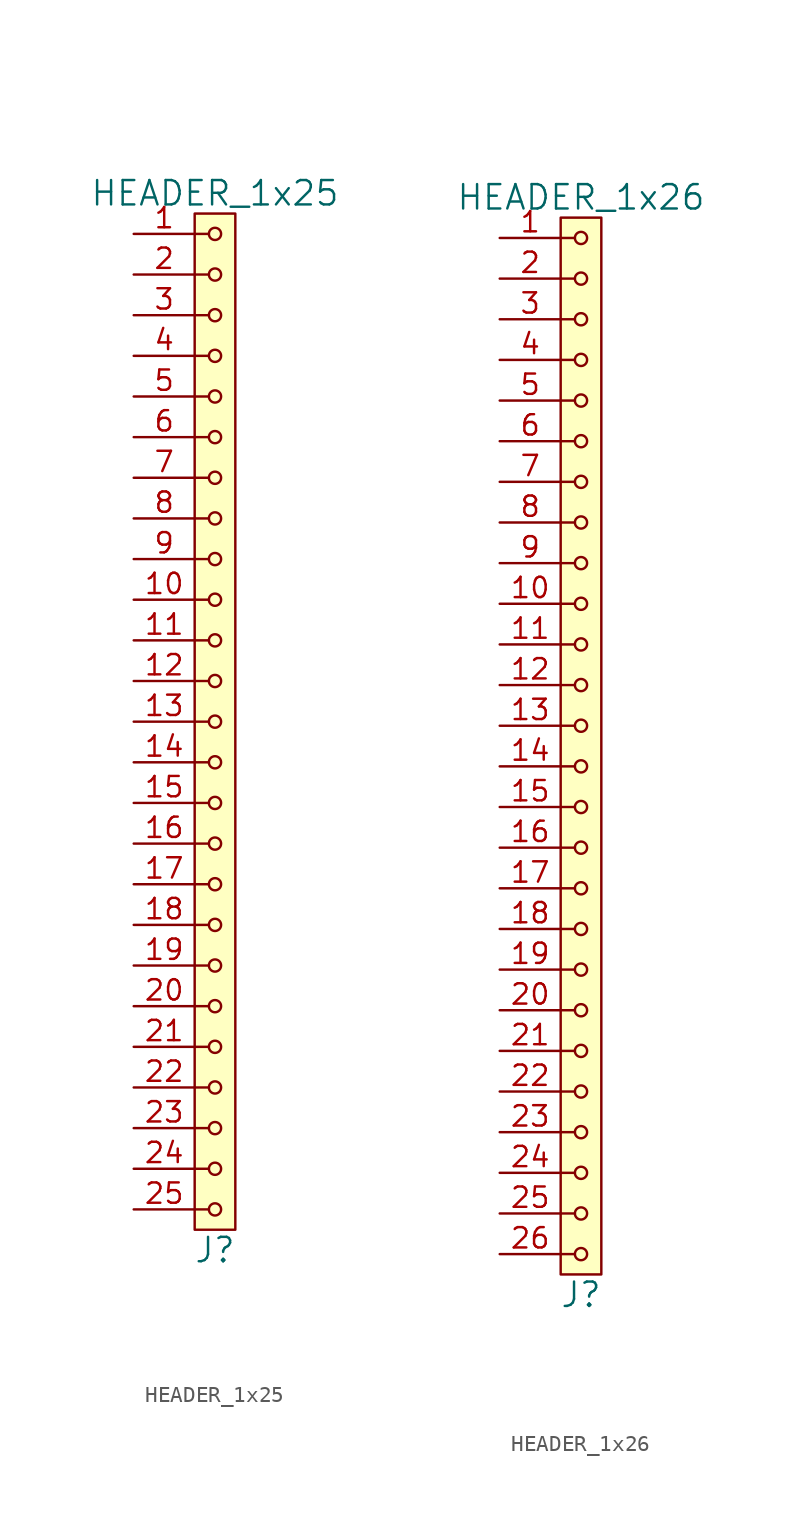
<source format=kicad_sym>
(kicad_symbol_lib
  (version 20211014)
  (generator kicad_symbol_editor)
  (symbol "HEADER_1x25"
    (pin_names
      (offset 1.016))
    (property "Reference" "J"
      (at 0 -33.02 0)
      (effects (font (size 1.524 1.524))))
    (property "Value" "HEADER_1x25"
      (at 0 33.02 0)
      (effects (font (size 1.524 1.524))))
    (property "Footprint" ""
      (at 0 30.48 0)
      (effects (font (size 1.524 1.524))))
    (property "Datasheet" ""
      (at 0 30.48 0)
      (effects (font (size 1.524 1.524))))
    (symbol "HEADER_1x25_0_1"
      (rectangle (start -1.27 31.75) (end 1.27 -31.75) (stroke (width 0) (type default) (color 0 0 0 0)) (fill (type background)))
      (circle (center 0 -30.48) (radius 0.381) (stroke (width 0) (type default) (color 0 0 0 0)) (fill (type none)))
      (circle (center 0 -27.94) (radius 0.381) (stroke (width 0) (type default) (color 0 0 0 0)) (fill (type none)))
      (circle (center 0 -25.4) (radius 0.381) (stroke (width 0) (type default) (color 0 0 0 0)) (fill (type none)))
      (circle (center 0 -22.86) (radius 0.381) (stroke (width 0) (type default) (color 0 0 0 0)) (fill (type none)))
      (circle (center 0 -20.32) (radius 0.381) (stroke (width 0) (type default) (color 0 0 0 0)) (fill (type none)))
      (circle (center 0 -17.78) (radius 0.381) (stroke (width 0) (type default) (color 0 0 0 0)) (fill (type none)))
      (circle (center 0 -15.24) (radius 0.381) (stroke (width 0) (type default) (color 0 0 0 0)) (fill (type none)))
      (circle (center 0 -12.7) (radius 0.381) (stroke (width 0) (type default) (color 0 0 0 0)) (fill (type none)))
      (circle (center 0 -10.16) (radius 0.381) (stroke (width 0) (type default) (color 0 0 0 0)) (fill (type none)))
      (circle (center 0 -7.62) (radius 0.381) (stroke (width 0) (type default) (color 0 0 0 0)) (fill (type none)))
      (circle (center 0 -5.08) (radius 0.381) (stroke (width 0) (type default) (color 0 0 0 0)) (fill (type none)))
      (circle (center 0 -2.54) (radius 0.381) (stroke (width 0) (type default) (color 0 0 0 0)) (fill (type none)))
      (polyline (pts (xy -1.27 -30.48) (xy -0.381 -30.48)) (stroke (width 0) (type default) (color 0 0 0 0)) (fill (type none)))
      (polyline (pts (xy -1.27 -27.94) (xy -0.381 -27.94)) (stroke (width 0) (type default) (color 0 0 0 0)) (fill (type none)))
      (polyline (pts (xy -1.27 -25.4) (xy -0.381 -25.4)) (stroke (width 0) (type default) (color 0 0 0 0)) (fill (type none)))
      (polyline (pts (xy -1.27 -22.86) (xy -0.381 -22.86)) (stroke (width 0) (type default) (color 0 0 0 0)) (fill (type none)))
      (polyline (pts (xy -1.27 -20.32) (xy -0.381 -20.32)) (stroke (width 0) (type default) (color 0 0 0 0)) (fill (type none)))
      (polyline (pts (xy -1.27 -17.78) (xy -0.381 -17.78)) (stroke (width 0) (type default) (color 0 0 0 0)) (fill (type none)))
      (polyline (pts (xy -1.27 -15.24) (xy -0.381 -15.24)) (stroke (width 0) (type default) (color 0 0 0 0)) (fill (type none)))
      (polyline (pts (xy -1.27 -12.7) (xy -0.381 -12.7)) (stroke (width 0) (type default) (color 0 0 0 0)) (fill (type none)))
      (polyline (pts (xy -1.27 -10.16) (xy -0.381 -10.16)) (stroke (width 0) (type default) (color 0 0 0 0)) (fill (type none)))
      (polyline (pts (xy -1.27 -7.62) (xy -0.381 -7.62)) (stroke (width 0) (type default) (color 0 0 0 0)) (fill (type none)))
      (polyline (pts (xy -1.27 -5.08) (xy -0.381 -5.08)) (stroke (width 0) (type default) (color 0 0 0 0)) (fill (type none)))
      (polyline (pts (xy -1.27 -2.54) (xy -0.381 -2.54)) (stroke (width 0) (type default) (color 0 0 0 0)) (fill (type none)))
      (polyline (pts (xy -1.27 0) (xy -0.381 0)) (stroke (width 0) (type default) (color 0 0 0 0)) (fill (type none)))
      (polyline (pts (xy -1.27 2.54) (xy -0.381 2.54)) (stroke (width 0) (type default) (color 0 0 0 0)) (fill (type none)))
      (polyline (pts (xy -1.27 5.08) (xy -0.381 5.08)) (stroke (width 0) (type default) (color 0 0 0 0)) (fill (type none)))
      (polyline (pts (xy -1.27 7.62) (xy -0.381 7.62)) (stroke (width 0) (type default) (color 0 0 0 0)) (fill (type none)))
      (polyline (pts (xy -1.27 10.16) (xy -0.381 10.16)) (stroke (width 0) (type default) (color 0 0 0 0)) (fill (type none)))
      (polyline (pts (xy -1.27 12.7) (xy -0.381 12.7)) (stroke (width 0) (type default) (color 0 0 0 0)) (fill (type none)))
      (polyline (pts (xy -1.27 15.24) (xy -0.381 15.24)) (stroke (width 0) (type default) (color 0 0 0 0)) (fill (type none)))
      (polyline (pts (xy -1.27 17.78) (xy -0.381 17.78)) (stroke (width 0) (type default) (color 0 0 0 0)) (fill (type none)))
      (polyline (pts (xy -1.27 20.32) (xy -0.381 20.32)) (stroke (width 0) (type default) (color 0 0 0 0)) (fill (type none)))
      (polyline (pts (xy -1.27 22.86) (xy -0.381 22.86)) (stroke (width 0) (type default) (color 0 0 0 0)) (fill (type none)))
      (polyline (pts (xy -1.27 25.4) (xy -0.381 25.4)) (stroke (width 0) (type default) (color 0 0 0 0)) (fill (type none)))
      (polyline (pts (xy -1.27 27.94) (xy -0.381 27.94)) (stroke (width 0) (type default) (color 0 0 0 0)) (fill (type none)))
      (polyline (pts (xy -1.27 30.48) (xy -0.381 30.48)) (stroke (width 0) (type default) (color 0 0 0 0)) (fill (type none)))
      (circle (center 0 0) (radius 0.381) (stroke (width 0) (type default) (color 0 0 0 0)) (fill (type none)))
      (circle (center 0 2.54) (radius 0.381) (stroke (width 0) (type default) (color 0 0 0 0)) (fill (type none)))
      (circle (center 0 5.08) (radius 0.381) (stroke (width 0) (type default) (color 0 0 0 0)) (fill (type none)))
      (circle (center 0 7.62) (radius 0.381) (stroke (width 0) (type default) (color 0 0 0 0)) (fill (type none)))
      (circle (center 0 10.16) (radius 0.381) (stroke (width 0) (type default) (color 0 0 0 0)) (fill (type none)))
      (circle (center 0 12.7) (radius 0.381) (stroke (width 0) (type default) (color 0 0 0 0)) (fill (type none)))
      (circle (center 0 15.24) (radius 0.381) (stroke (width 0) (type default) (color 0 0 0 0)) (fill (type none)))
      (circle (center 0 17.78) (radius 0.381) (stroke (width 0) (type default) (color 0 0 0 0)) (fill (type none)))
      (circle (center 0 20.32) (radius 0.381) (stroke (width 0) (type default) (color 0 0 0 0)) (fill (type none)))
      (circle (center 0 22.86) (radius 0.381) (stroke (width 0) (type default) (color 0 0 0 0)) (fill (type none)))
      (circle (center 0 25.4) (radius 0.381) (stroke (width 0) (type default) (color 0 0 0 0)) (fill (type none)))
      (circle (center 0 27.94) (radius 0.381) (stroke (width 0) (type default) (color 0 0 0 0)) (fill (type none)))
      (circle (center 0 30.48) (radius 0.381) (stroke (width 0) (type default) (color 0 0 0 0)) (fill (type none))))
    (symbol "HEADER_1x25_1_1"
      (pin input line (at -5.08 30.48 0) (length 3.81) (name "~" (effects (font (size 1.27 1.27)))) (number "1" (effects (font (size 1.27 1.27)))))
      (pin input line (at -5.08 7.62 0) (length 3.81) (name "~" (effects (font (size 1.27 1.27)))) (number "10" (effects (font (size 1.27 1.27)))))
      (pin input line (at -5.08 5.08 0) (length 3.81) (name "~" (effects (font (size 1.27 1.27)))) (number "11" (effects (font (size 1.27 1.27)))))
      (pin input line (at -5.08 2.54 0) (length 3.81) (name "~" (effects (font (size 1.27 1.27)))) (number "12" (effects (font (size 1.27 1.27)))))
      (pin input line (at -5.08 0 0) (length 3.81) (name "~" (effects (font (size 1.27 1.27)))) (number "13" (effects (font (size 1.27 1.27)))))
      (pin input line (at -5.08 -2.54 0) (length 3.81) (name "~" (effects (font (size 1.27 1.27)))) (number "14" (effects (font (size 1.27 1.27)))))
      (pin input line (at -5.08 -5.08 0) (length 3.81) (name "~" (effects (font (size 1.27 1.27)))) (number "15" (effects (font (size 1.27 1.27)))))
      (pin input line (at -5.08 -7.62 0) (length 3.81) (name "~" (effects (font (size 1.27 1.27)))) (number "16" (effects (font (size 1.27 1.27)))))
      (pin input line (at -5.08 -10.16 0) (length 3.81) (name "~" (effects (font (size 1.27 1.27)))) (number "17" (effects (font (size 1.27 1.27)))))
      (pin input line (at -5.08 -12.7 0) (length 3.81) (name "~" (effects (font (size 1.27 1.27)))) (number "18" (effects (font (size 1.27 1.27)))))
      (pin input line (at -5.08 -15.24 0) (length 3.81) (name "~" (effects (font (size 1.27 1.27)))) (number "19" (effects (font (size 1.27 1.27)))))
      (pin input line (at -5.08 27.94 0) (length 3.81) (name "~" (effects (font (size 1.27 1.27)))) (number "2" (effects (font (size 1.27 1.27)))))
      (pin input line (at -5.08 -17.78 0) (length 3.81) (name "~" (effects (font (size 1.27 1.27)))) (number "20" (effects (font (size 1.27 1.27)))))
      (pin input line (at -5.08 -20.32 0) (length 3.81) (name "~" (effects (font (size 1.27 1.27)))) (number "21" (effects (font (size 1.27 1.27)))))
      (pin input line (at -5.08 -22.86 0) (length 3.81) (name "~" (effects (font (size 1.27 1.27)))) (number "22" (effects (font (size 1.27 1.27)))))
      (pin input line (at -5.08 -25.4 0) (length 3.81) (name "~" (effects (font (size 1.27 1.27)))) (number "23" (effects (font (size 1.27 1.27)))))
      (pin input line (at -5.08 -27.94 0) (length 3.81) (name "~" (effects (font (size 1.27 1.27)))) (number "24" (effects (font (size 1.27 1.27)))))
      (pin input line (at -5.08 -30.48 0) (length 3.81) (name "~" (effects (font (size 1.27 1.27)))) (number "25" (effects (font (size 1.27 1.27)))))
      (pin input line (at -5.08 25.4 0) (length 3.81) (name "~" (effects (font (size 1.27 1.27)))) (number "3" (effects (font (size 1.27 1.27)))))
      (pin input line (at -5.08 22.86 0) (length 3.81) (name "~" (effects (font (size 1.27 1.27)))) (number "4" (effects (font (size 1.27 1.27)))))
      (pin input line (at -5.08 20.32 0) (length 3.81) (name "~" (effects (font (size 1.27 1.27)))) (number "5" (effects (font (size 1.27 1.27)))))
      (pin input line (at -5.08 17.78 0) (length 3.81) (name "~" (effects (font (size 1.27 1.27)))) (number "6" (effects (font (size 1.27 1.27)))))
      (pin input line (at -5.08 15.24 0) (length 3.81) (name "~" (effects (font (size 1.27 1.27)))) (number "7" (effects (font (size 1.27 1.27)))))
      (pin input line (at -5.08 12.7 0) (length 3.81) (name "~" (effects (font (size 1.27 1.27)))) (number "8" (effects (font (size 1.27 1.27)))))
      (pin input line (at -5.08 10.16 0) (length 3.81) (name "~" (effects (font (size 1.27 1.27)))) (number "9" (effects (font (size 1.27 1.27)))))))
  (symbol "HEADER_1x26"
    (pin_names
      (offset 1.016))
    (property "Reference" "J"
      (at 0 -34.29 0)
      (effects (font (size 1.524 1.524))))
    (property "Value" "HEADER_1x26"
      (at 0 34.29 0)
      (effects (font (size 1.524 1.524))))
    (property "Footprint" ""
      (at 0 31.75 0)
      (effects (font (size 1.524 1.524))))
    (property "Datasheet" ""
      (at 0 31.75 0)
      (effects (font (size 1.524 1.524))))
    (symbol "HEADER_1x26_0_1"
      (rectangle (start -1.27 33.02) (end 1.27 -33.02) (stroke (width 0) (type default) (color 0 0 0 0)) (fill (type background)))
      (circle (center 0 -31.75) (radius 0.381) (stroke (width 0) (type default) (color 0 0 0 0)) (fill (type none)))
      (circle (center 0 -29.21) (radius 0.381) (stroke (width 0) (type default) (color 0 0 0 0)) (fill (type none)))
      (circle (center 0 -26.67) (radius 0.381) (stroke (width 0) (type default) (color 0 0 0 0)) (fill (type none)))
      (circle (center 0 -24.13) (radius 0.381) (stroke (width 0) (type default) (color 0 0 0 0)) (fill (type none)))
      (circle (center 0 -21.59) (radius 0.381) (stroke (width 0) (type default) (color 0 0 0 0)) (fill (type none)))
      (circle (center 0 -19.05) (radius 0.381) (stroke (width 0) (type default) (color 0 0 0 0)) (fill (type none)))
      (circle (center 0 -16.51) (radius 0.381) (stroke (width 0) (type default) (color 0 0 0 0)) (fill (type none)))
      (circle (center 0 -13.97) (radius 0.381) (stroke (width 0) (type default) (color 0 0 0 0)) (fill (type none)))
      (circle (center 0 -11.43) (radius 0.381) (stroke (width 0) (type default) (color 0 0 0 0)) (fill (type none)))
      (circle (center 0 -8.89) (radius 0.381) (stroke (width 0) (type default) (color 0 0 0 0)) (fill (type none)))
      (circle (center 0 -6.35) (radius 0.381) (stroke (width 0) (type default) (color 0 0 0 0)) (fill (type none)))
      (circle (center 0 -3.81) (radius 0.381) (stroke (width 0) (type default) (color 0 0 0 0)) (fill (type none)))
      (circle (center 0 -1.27) (radius 0.381) (stroke (width 0) (type default) (color 0 0 0 0)) (fill (type none)))
      (polyline (pts (xy -1.27 -31.75) (xy -0.381 -31.75)) (stroke (width 0) (type default) (color 0 0 0 0)) (fill (type none)))
      (polyline (pts (xy -1.27 -29.21) (xy -0.381 -29.21)) (stroke (width 0) (type default) (color 0 0 0 0)) (fill (type none)))
      (polyline (pts (xy -1.27 -26.67) (xy -0.381 -26.67)) (stroke (width 0) (type default) (color 0 0 0 0)) (fill (type none)))
      (polyline (pts (xy -1.27 -24.13) (xy -0.381 -24.13)) (stroke (width 0) (type default) (color 0 0 0 0)) (fill (type none)))
      (polyline (pts (xy -1.27 -21.59) (xy -0.381 -21.59)) (stroke (width 0) (type default) (color 0 0 0 0)) (fill (type none)))
      (polyline (pts (xy -1.27 -19.05) (xy -0.381 -19.05)) (stroke (width 0) (type default) (color 0 0 0 0)) (fill (type none)))
      (polyline (pts (xy -1.27 -16.51) (xy -0.381 -16.51)) (stroke (width 0) (type default) (color 0 0 0 0)) (fill (type none)))
      (polyline (pts (xy -1.27 -13.97) (xy -0.381 -13.97)) (stroke (width 0) (type default) (color 0 0 0 0)) (fill (type none)))
      (polyline (pts (xy -1.27 -11.43) (xy -0.381 -11.43)) (stroke (width 0) (type default) (color 0 0 0 0)) (fill (type none)))
      (polyline (pts (xy -1.27 -8.89) (xy -0.381 -8.89)) (stroke (width 0) (type default) (color 0 0 0 0)) (fill (type none)))
      (polyline (pts (xy -1.27 -6.35) (xy -0.381 -6.35)) (stroke (width 0) (type default) (color 0 0 0 0)) (fill (type none)))
      (polyline (pts (xy -1.27 -3.81) (xy -0.381 -3.81)) (stroke (width 0) (type default) (color 0 0 0 0)) (fill (type none)))
      (polyline (pts (xy -1.27 -1.27) (xy -0.381 -1.27)) (stroke (width 0) (type default) (color 0 0 0 0)) (fill (type none)))
      (polyline (pts (xy -1.27 1.27) (xy -0.381 1.27)) (stroke (width 0) (type default) (color 0 0 0 0)) (fill (type none)))
      (polyline (pts (xy -1.27 3.81) (xy -0.381 3.81)) (stroke (width 0) (type default) (color 0 0 0 0)) (fill (type none)))
      (polyline (pts (xy -1.27 6.35) (xy -0.381 6.35)) (stroke (width 0) (type default) (color 0 0 0 0)) (fill (type none)))
      (polyline (pts (xy -1.27 8.89) (xy -0.381 8.89)) (stroke (width 0) (type default) (color 0 0 0 0)) (fill (type none)))
      (polyline (pts (xy -1.27 11.43) (xy -0.381 11.43)) (stroke (width 0) (type default) (color 0 0 0 0)) (fill (type none)))
      (polyline (pts (xy -1.27 13.97) (xy -0.381 13.97)) (stroke (width 0) (type default) (color 0 0 0 0)) (fill (type none)))
      (polyline (pts (xy -1.27 16.51) (xy -0.381 16.51)) (stroke (width 0) (type default) (color 0 0 0 0)) (fill (type none)))
      (polyline (pts (xy -1.27 19.05) (xy -0.381 19.05)) (stroke (width 0) (type default) (color 0 0 0 0)) (fill (type none)))
      (polyline (pts (xy -1.27 21.59) (xy -0.381 21.59)) (stroke (width 0) (type default) (color 0 0 0 0)) (fill (type none)))
      (polyline (pts (xy -1.27 24.13) (xy -0.381 24.13)) (stroke (width 0) (type default) (color 0 0 0 0)) (fill (type none)))
      (polyline (pts (xy -1.27 26.67) (xy -0.381 26.67)) (stroke (width 0) (type default) (color 0 0 0 0)) (fill (type none)))
      (polyline (pts (xy -1.27 29.21) (xy -0.381 29.21)) (stroke (width 0) (type default) (color 0 0 0 0)) (fill (type none)))
      (polyline (pts (xy -1.27 31.75) (xy -0.381 31.75)) (stroke (width 0) (type default) (color 0 0 0 0)) (fill (type none)))
      (circle (center 0 1.27) (radius 0.381) (stroke (width 0) (type default) (color 0 0 0 0)) (fill (type none)))
      (circle (center 0 3.81) (radius 0.381) (stroke (width 0) (type default) (color 0 0 0 0)) (fill (type none)))
      (circle (center 0 6.35) (radius 0.381) (stroke (width 0) (type default) (color 0 0 0 0)) (fill (type none)))
      (circle (center 0 8.89) (radius 0.381) (stroke (width 0) (type default) (color 0 0 0 0)) (fill (type none)))
      (circle (center 0 11.43) (radius 0.381) (stroke (width 0) (type default) (color 0 0 0 0)) (fill (type none)))
      (circle (center 0 13.97) (radius 0.381) (stroke (width 0) (type default) (color 0 0 0 0)) (fill (type none)))
      (circle (center 0 16.51) (radius 0.381) (stroke (width 0) (type default) (color 0 0 0 0)) (fill (type none)))
      (circle (center 0 19.05) (radius 0.381) (stroke (width 0) (type default) (color 0 0 0 0)) (fill (type none)))
      (circle (center 0 21.59) (radius 0.381) (stroke (width 0) (type default) (color 0 0 0 0)) (fill (type none)))
      (circle (center 0 24.13) (radius 0.381) (stroke (width 0) (type default) (color 0 0 0 0)) (fill (type none)))
      (circle (center 0 26.67) (radius 0.381) (stroke (width 0) (type default) (color 0 0 0 0)) (fill (type none)))
      (circle (center 0 29.21) (radius 0.381) (stroke (width 0) (type default) (color 0 0 0 0)) (fill (type none)))
      (circle (center 0 31.75) (radius 0.381) (stroke (width 0) (type default) (color 0 0 0 0)) (fill (type none))))
    (symbol "HEADER_1x26_1_1"
      (pin input line (at -5.08 31.75 0) (length 3.81) (name "~" (effects (font (size 1.27 1.27)))) (number "1" (effects (font (size 1.27 1.27)))))
      (pin input line (at -5.08 8.89 0) (length 3.81) (name "~" (effects (font (size 1.27 1.27)))) (number "10" (effects (font (size 1.27 1.27)))))
      (pin input line (at -5.08 6.35 0) (length 3.81) (name "~" (effects (font (size 1.27 1.27)))) (number "11" (effects (font (size 1.27 1.27)))))
      (pin input line (at -5.08 3.81 0) (length 3.81) (name "~" (effects (font (size 1.27 1.27)))) (number "12" (effects (font (size 1.27 1.27)))))
      (pin input line (at -5.08 1.27 0) (length 3.81) (name "~" (effects (font (size 1.27 1.27)))) (number "13" (effects (font (size 1.27 1.27)))))
      (pin input line (at -5.08 -1.27 0) (length 3.81) (name "~" (effects (font (size 1.27 1.27)))) (number "14" (effects (font (size 1.27 1.27)))))
      (pin input line (at -5.08 -3.81 0) (length 3.81) (name "~" (effects (font (size 1.27 1.27)))) (number "15" (effects (font (size 1.27 1.27)))))
      (pin input line (at -5.08 -6.35 0) (length 3.81) (name "~" (effects (font (size 1.27 1.27)))) (number "16" (effects (font (size 1.27 1.27)))))
      (pin input line (at -5.08 -8.89 0) (length 3.81) (name "~" (effects (font (size 1.27 1.27)))) (number "17" (effects (font (size 1.27 1.27)))))
      (pin input line (at -5.08 -11.43 0) (length 3.81) (name "~" (effects (font (size 1.27 1.27)))) (number "18" (effects (font (size 1.27 1.27)))))
      (pin input line (at -5.08 -13.97 0) (length 3.81) (name "~" (effects (font (size 1.27 1.27)))) (number "19" (effects (font (size 1.27 1.27)))))
      (pin input line (at -5.08 29.21 0) (length 3.81) (name "~" (effects (font (size 1.27 1.27)))) (number "2" (effects (font (size 1.27 1.27)))))
      (pin input line (at -5.08 -16.51 0) (length 3.81) (name "~" (effects (font (size 1.27 1.27)))) (number "20" (effects (font (size 1.27 1.27)))))
      (pin input line (at -5.08 -19.05 0) (length 3.81) (name "~" (effects (font (size 1.27 1.27)))) (number "21" (effects (font (size 1.27 1.27)))))
      (pin input line (at -5.08 -21.59 0) (length 3.81) (name "~" (effects (font (size 1.27 1.27)))) (number "22" (effects (font (size 1.27 1.27)))))
      (pin input line (at -5.08 -24.13 0) (length 3.81) (name "~" (effects (font (size 1.27 1.27)))) (number "23" (effects (font (size 1.27 1.27)))))
      (pin input line (at -5.08 -26.67 0) (length 3.81) (name "~" (effects (font (size 1.27 1.27)))) (number "24" (effects (font (size 1.27 1.27)))))
      (pin input line (at -5.08 -29.21 0) (length 3.81) (name "~" (effects (font (size 1.27 1.27)))) (number "25" (effects (font (size 1.27 1.27)))))
      (pin input line (at -5.08 -31.75 0) (length 3.81) (name "~" (effects (font (size 1.27 1.27)))) (number "26" (effects (font (size 1.27 1.27)))))
      (pin input line (at -5.08 26.67 0) (length 3.81) (name "~" (effects (font (size 1.27 1.27)))) (number "3" (effects (font (size 1.27 1.27)))))
      (pin input line (at -5.08 24.13 0) (length 3.81) (name "~" (effects (font (size 1.27 1.27)))) (number "4" (effects (font (size 1.27 1.27)))))
      (pin input line (at -5.08 21.59 0) (length 3.81) (name "~" (effects (font (size 1.27 1.27)))) (number "5" (effects (font (size 1.27 1.27)))))
      (pin input line (at -5.08 19.05 0) (length 3.81) (name "~" (effects (font (size 1.27 1.27)))) (number "6" (effects (font (size 1.27 1.27)))))
      (pin input line (at -5.08 16.51 0) (length 3.81) (name "~" (effects (font (size 1.27 1.27)))) (number "7" (effects (font (size 1.27 1.27)))))
      (pin input line (at -5.08 13.97 0) (length 3.81) (name "~" (effects (font (size 1.27 1.27)))) (number "8" (effects (font (size 1.27 1.27)))))
      (pin input line (at -5.08 11.43 0) (length 3.81) (name "~" (effects (font (size 1.27 1.27)))) (number "9" (effects (font (size 1.27 1.27))))))))
</source>
